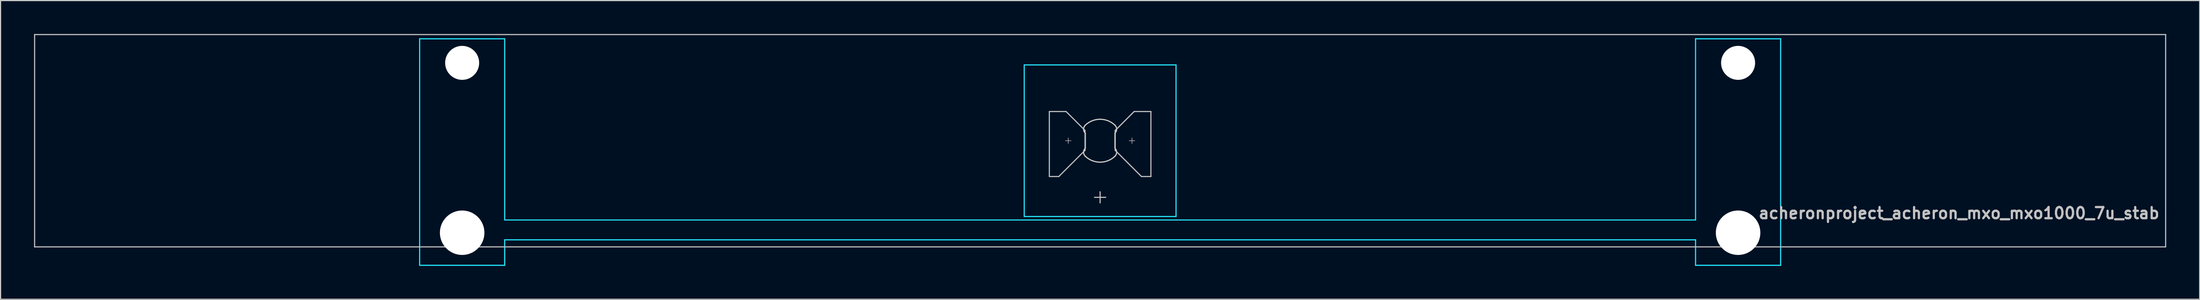
<source format=kicad_pcb>
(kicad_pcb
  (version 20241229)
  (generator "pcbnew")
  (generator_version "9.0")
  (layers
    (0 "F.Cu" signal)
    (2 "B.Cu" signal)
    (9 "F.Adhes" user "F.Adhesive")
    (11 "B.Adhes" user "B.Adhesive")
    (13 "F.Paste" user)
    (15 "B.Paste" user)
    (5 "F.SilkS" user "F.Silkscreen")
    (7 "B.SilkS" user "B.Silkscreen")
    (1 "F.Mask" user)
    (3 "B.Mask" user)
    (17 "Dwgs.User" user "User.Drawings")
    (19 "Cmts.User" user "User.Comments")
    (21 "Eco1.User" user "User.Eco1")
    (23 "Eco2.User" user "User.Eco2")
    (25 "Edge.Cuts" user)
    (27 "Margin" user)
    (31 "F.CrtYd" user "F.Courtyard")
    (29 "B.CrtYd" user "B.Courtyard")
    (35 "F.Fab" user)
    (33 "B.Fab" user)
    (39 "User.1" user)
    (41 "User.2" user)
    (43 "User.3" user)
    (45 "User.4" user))
  (footprint "acheronproject_acheron_mxo_mxo1000_7u_stab"
    (layer "F.Cu")
    (at 95.5 9.575)
    (property "Reference" "acheronproject_acheron_mxo_mxo1000_7u_stab" (at 95 6.5 0) (unlocked yes) (layer "Dwgs.User") (effects (font (size 1 1) (thickness 0.2)) (justify right)))
    (attr smd)
    (fp_line (start -95.45 -9.525) (end -95.45 9.525) (stroke (width 0.1) (type solid)) (layer "Dwgs.User"))
    (fp_line (start -95.45 -9.525) (end 95.45 -9.525) (stroke (width 0.1) (type solid)) (layer "Dwgs.User"))
    (fp_line (start -95.45 9.525) (end 95.45 9.525) (stroke (width 0.1) (type solid)) (layer "Dwgs.User"))
    (fp_line (start -4.55 -2.62) (end -3.05 -2.62) (stroke (width 0.1) (type solid)) (layer "Dwgs.User"))
    (fp_line (start -4.55 3.21) (end -4.55 -2.62) (stroke (width 0.1) (type solid)) (layer "Dwgs.User"))
    (fp_line (start -3.7 3.21) (end -4.55 3.21) (stroke (width 0.1) (type solid)) (layer "Dwgs.User"))
    (fp_line (start -3.103 0) (end -2.603 0) (stroke (width 0.05) (type solid)) (layer "Dwgs.User"))
    (fp_line (start -3.05 -2.62) (end -1.35 -0.92) (stroke (width 0.1) (type solid)) (layer "Dwgs.User"))
    (fp_line (start -2.853 -0.25) (end -2.853 0.25) (stroke (width 0.05) (type solid)) (layer "Dwgs.User"))
    (fp_line (start -1.35 -0.92) (end -1.35 0.86) (stroke (width 0.1) (type solid)) (layer "Dwgs.User"))
    (fp_line (start -1.35 0.86) (end -3.7 3.21) (stroke (width 0.1) (type solid)) (layer "Dwgs.User"))
    (fp_line (start -0.5 5.08) (end 0.5 5.08) (stroke (width 0.1) (type solid)) (layer "Dwgs.User"))
    (fp_line (start 0 4.58) (end 0 5.58) (stroke (width 0.1) (type solid)) (layer "Dwgs.User"))
    (fp_line (start 1.35 -0.92) (end 1.35 0.86) (stroke (width 0.1) (type solid)) (layer "Dwgs.User"))
    (fp_line (start 1.35 0.86) (end 3.7 3.21) (stroke (width 0.1) (type solid)) (layer "Dwgs.User"))
    (fp_line (start 2.603 0) (end 3.103 0) (stroke (width 0.05) (type solid)) (layer "Dwgs.User"))
    (fp_line (start 2.853 -0.25) (end 2.853 0.25) (stroke (width 0.05) (type solid)) (layer "Dwgs.User"))
    (fp_line (start 3.05 -2.62) (end 1.35 -0.92) (stroke (width 0.1) (type solid)) (layer "Dwgs.User"))
    (fp_line (start 3.7 3.21) (end 4.55 3.21) (stroke (width 0.1) (type solid)) (layer "Dwgs.User"))
    (fp_line (start 4.55 -2.62) (end 3.05 -2.62) (stroke (width 0.1) (type solid)) (layer "Dwgs.User"))
    (fp_line (start 4.55 3.21) (end 4.55 -2.62) (stroke (width 0.1) (type solid)) (layer "Dwgs.User"))
    (fp_line (start 95.45 -9.525) (end 95.45 9.525) (stroke (width 0.1) (type solid)) (layer "Dwgs.User"))
    (fp_line (start -60.65 -5.485) (end -60.65 8.515) (stroke (width 0.1) (type solid)) (layer "Eco1.User"))
    (fp_line (start -60.15 -5.985) (end -54.15 -5.985) (stroke (width 0.1) (type solid)) (layer "Eco1.User"))
    (fp_line (start -54.15 9.015) (end -60.15 9.015) (stroke (width 0.1) (type solid)) (layer "Eco1.User"))
    (fp_line (start -53.65 8.515) (end -53.65 -5.485) (stroke (width 0.1) (type solid)) (layer "Eco1.User"))
    (fp_line (start -7 -6.5) (end -7 6.5) (stroke (width 0.1) (type solid)) (layer "Eco1.User"))
    (fp_line (start -6.5 7) (end 6.5 7) (stroke (width 0.1) (type solid)) (layer "Eco1.User"))
    (fp_line (start 6.5 -7) (end -6.5 -7) (stroke (width 0.1) (type solid)) (layer "Eco1.User"))
    (fp_line (start 7 6.5) (end 7 -6.5) (stroke (width 0.1) (type solid)) (layer "Eco1.User"))
    (fp_line (start 53.65 -5.485) (end 53.65 8.515) (stroke (width 0.1) (type solid)) (layer "Eco1.User"))
    (fp_line (start 54.15 -5.985) (end 60.15 -5.985) (stroke (width 0.1) (type solid)) (layer "Eco1.User"))
    (fp_line (start 60.15 9.015) (end 54.15 9.015) (stroke (width 0.1) (type solid)) (layer "Eco1.User"))
    (fp_line (start 60.65 8.515) (end 60.65 -5.485) (stroke (width 0.1) (type solid)) (layer "Eco1.User"))
    (fp_arc (start -60.65 -5.485) (mid -60.503553 -5.838553) (end -60.15 -5.985) (stroke (width 0.1) (type solid)) (layer "Eco1.User"))
    (fp_arc (start -60.15 9.015) (mid -60.503553 8.868553) (end -60.65 8.515) (stroke (width 0.1) (type solid)) (layer "Eco1.User"))
    (fp_arc (start -54.15 -5.985) (mid -53.796447 -5.838553) (end -53.65 -5.485) (stroke (width 0.1) (type solid)) (layer "Eco1.User"))
    (fp_arc (start -53.65 8.515) (mid -53.796447 8.868553) (end -54.15 9.015) (stroke (width 0.1) (type solid)) (layer "Eco1.User"))
    (fp_arc (start -7 -6.5) (mid -6.853553 -6.853553) (end -6.5 -7) (stroke (width 0.1) (type solid)) (layer "Eco1.User"))
    (fp_arc (start -6.5 7) (mid -6.853553 6.853553) (end -7 6.5) (stroke (width 0.1) (type solid)) (layer "Eco1.User"))
    (fp_arc (start 6.5 -7) (mid 6.853553 -6.853553) (end 7 -6.5) (stroke (width 0.1) (type solid)) (layer "Eco1.User"))
    (fp_arc (start 7 6.5) (mid 6.853553 6.853553) (end 6.5 7) (stroke (width 0.1) (type solid)) (layer "Eco1.User"))
    (fp_arc (start 53.65 -5.485) (mid 53.796447 -5.838553) (end 54.15 -5.985) (stroke (width 0.1) (type solid)) (layer "Eco1.User"))
    (fp_arc (start 54.15 9.015) (mid 53.796447 8.868553) (end 53.65 8.515) (stroke (width 0.1) (type solid)) (layer "Eco1.User"))
    (fp_arc (start 60.15 -5.985) (mid 60.503553 -5.838553) (end 60.65 -5.485) (stroke (width 0.1) (type solid)) (layer "Eco1.User"))
    (fp_arc (start 60.65 8.515) (mid 60.503553 8.868553) (end 60.15 9.015) (stroke (width 0.1) (type solid)) (layer "Eco1.User"))
    (fp_line (start -1.325 -0.671) (end -1.325 0.671) (stroke (width 0.1) (type solid)) (layer "Edge.Cuts"))
    (fp_line (start 1.325 0.671) (end 1.325 -0.671) (stroke (width 0.1) (type solid)) (layer "Edge.Cuts"))
    (fp_arc (start -1.325 -1.396424) (mid 0 -1.925) (end 1.325 -1.396424) (stroke (width 0.1) (type solid)) (layer "Edge.Cuts"))
    (fp_arc (start -1.325 -0.671009) (mid -1.480844 -1.033717) (end -1.325 -1.396424) (stroke (width 0.1) (type solid)) (layer "Edge.Cuts"))
    (fp_arc (start -1.325 1.396424) (mid -1.480844 1.033717) (end -1.325 0.671009) (stroke (width 0.1) (type solid)) (layer "Edge.Cuts"))
    (fp_arc (start 1.325 -1.396424) (mid 1.480844 -1.033717) (end 1.325 -0.671009) (stroke (width 0.1) (type solid)) (layer "Edge.Cuts"))
    (fp_arc (start 1.325 0.671009) (mid 1.480844 1.033717) (end 1.325 1.396424) (stroke (width 0.1) (type solid)) (layer "Edge.Cuts"))
    (fp_arc (start 1.325 1.396424) (mid 0 1.925) (end -1.325 1.396424) (stroke (width 0.1) (type solid)) (layer "Edge.Cuts"))
    (fp_line (start -60.96 -9.144) (end -60.96 11.176) (stroke (width 0.1) (type solid)) (layer "B.CrtYd"))
    (fp_line (start -60.96 -9.144) (end -53.34 -9.144) (stroke (width 0.1) (type solid)) (layer "B.CrtYd"))
    (fp_line (start -60.96 11.176) (end -53.34 11.176) (stroke (width 0.1) (type solid)) (layer "B.CrtYd"))
    (fp_line (start -53.34 7.112) (end -53.34 -9.144) (stroke (width 0.1) (type solid)) (layer "B.CrtYd"))
    (fp_line (start -53.34 7.112) (end 53.34 7.112) (stroke (width 0.1) (type solid)) (layer "B.CrtYd"))
    (fp_line (start -53.34 8.89) (end -53.34 11.176) (stroke (width 0.1) (type solid)) (layer "B.CrtYd"))
    (fp_line (start -53.34 8.89) (end 53.34 8.89) (stroke (width 0.1) (type solid)) (layer "B.CrtYd"))
    (fp_line (start -6.8 -6.8) (end -6.8 6.8) (stroke (width 0.1) (type solid)) (layer "B.CrtYd"))
    (fp_line (start -6.8 -6.8) (end 6.8 -6.8) (stroke (width 0.1) (type solid)) (layer "B.CrtYd"))
    (fp_line (start -6.8 6.8) (end 6.8 6.8) (stroke (width 0.1) (type solid)) (layer "B.CrtYd"))
    (fp_line (start 6.8 6.8) (end 6.8 -6.8) (stroke (width 0.1) (type solid)) (layer "B.CrtYd"))
    (fp_line (start 53.34 -9.144) (end 60.96 -9.144) (stroke (width 0.1) (type solid)) (layer "B.CrtYd"))
    (fp_line (start 53.34 7.112) (end 53.34 -9.144) (stroke (width 0.1) (type solid)) (layer "B.CrtYd"))
    (fp_line (start 53.34 8.89) (end 53.34 11.176) (stroke (width 0.1) (type solid)) (layer "B.CrtYd"))
    (fp_line (start 53.34 11.176) (end 60.96 11.176) (stroke (width 0.1) (type solid)) (layer "B.CrtYd"))
    (fp_line (start 60.96 -9.144) (end 60.96 11.176) (stroke (width 0.1) (type solid)) (layer "B.CrtYd"))
    (pad "" np_thru_hole circle (at -57.15 -6.985 180) (size 3.048 3.048) (drill 3.048) (layers "*.Cu" "*.Mask"))
    (pad "" np_thru_hole circle (at -57.15 8.255 180) (size 3.988 3.988) (drill 3.988) (layers "*.Cu" "*.Mask"))
    (pad "" np_thru_hole circle (at 57.15 -6.985 180) (size 3.048 3.048) (drill 3.048) (layers "*.Cu" "*.Mask"))
    (pad "" np_thru_hole circle (at 57.15 8.255 180) (size 3.988 3.988) (drill 3.988) (layers "*.Cu" "*.Mask")))
  (gr_rect
    (start -3 -3)
    (end 194 23.801)
    (stroke (width 0.1) (type default))
    (fill no)
    (layer "Edge.Cuts")))
</source>
